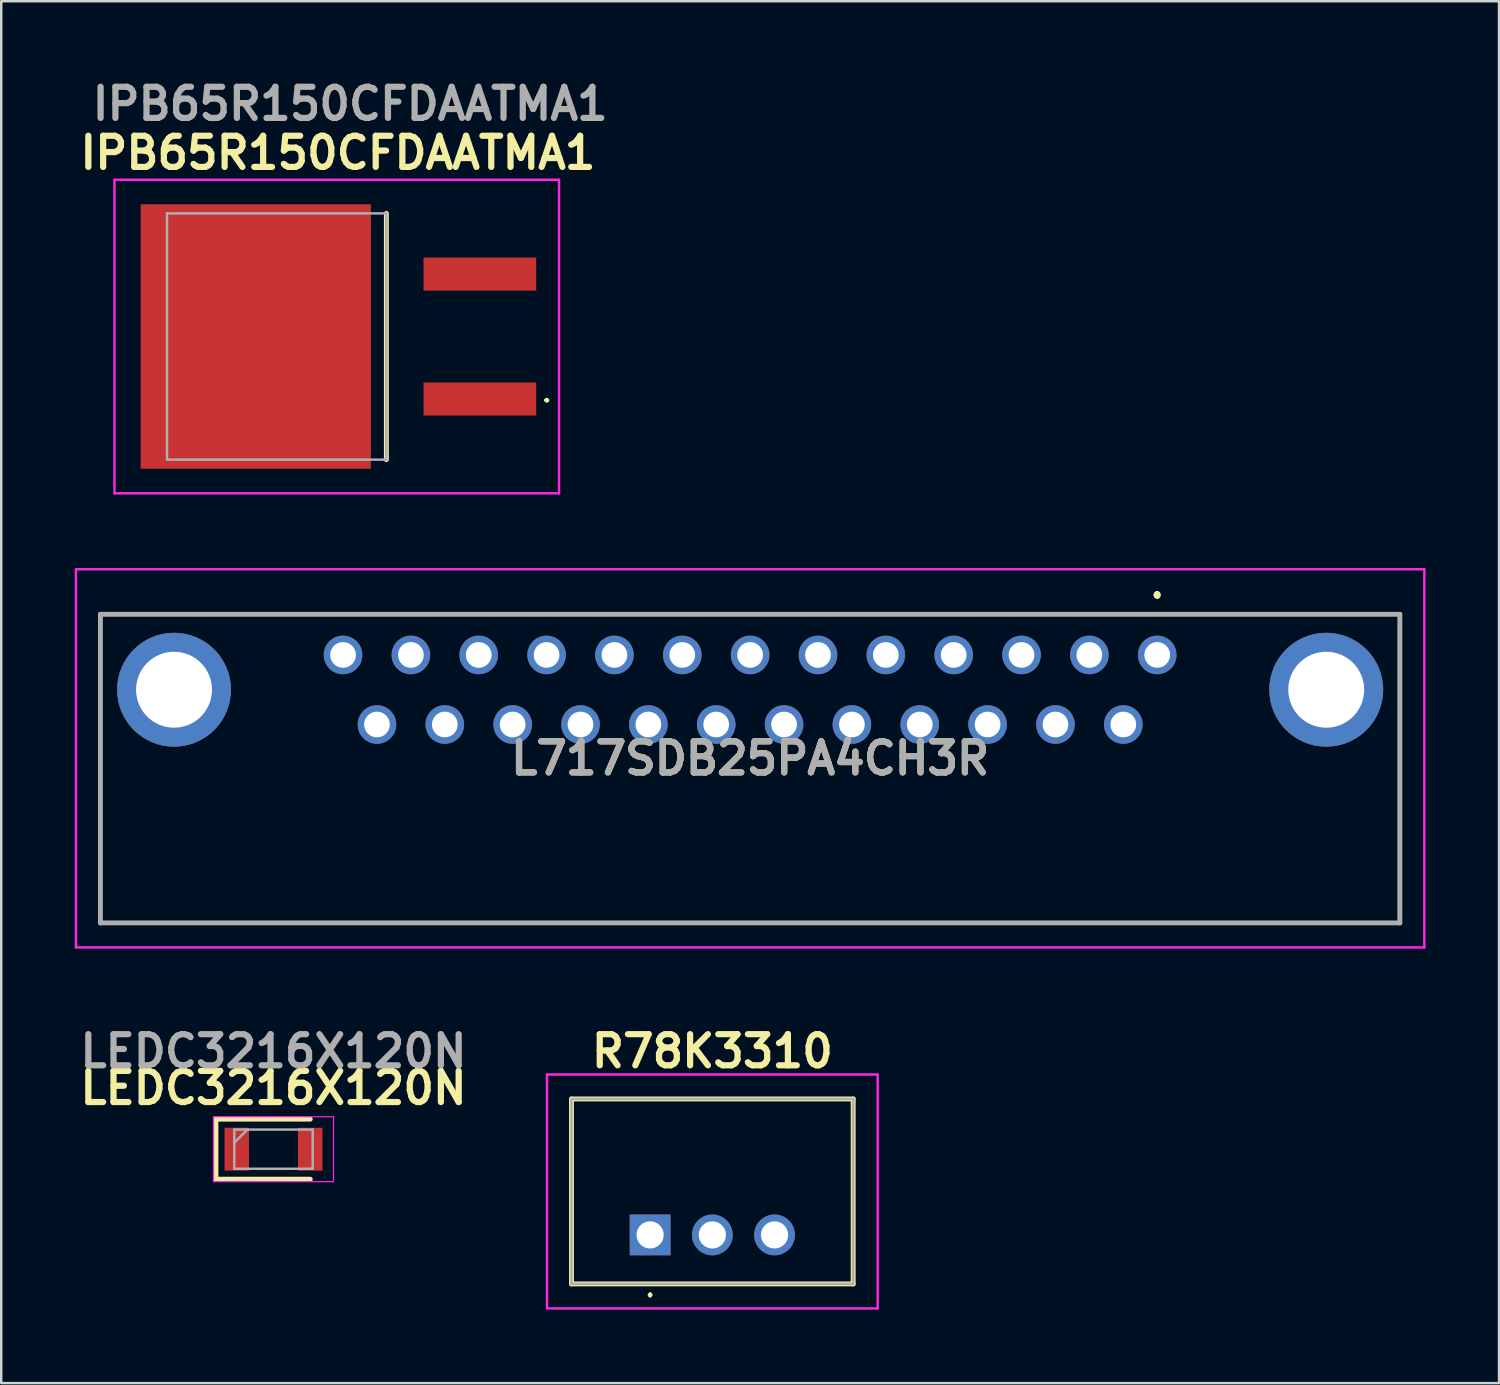
<source format=kicad_pcb>
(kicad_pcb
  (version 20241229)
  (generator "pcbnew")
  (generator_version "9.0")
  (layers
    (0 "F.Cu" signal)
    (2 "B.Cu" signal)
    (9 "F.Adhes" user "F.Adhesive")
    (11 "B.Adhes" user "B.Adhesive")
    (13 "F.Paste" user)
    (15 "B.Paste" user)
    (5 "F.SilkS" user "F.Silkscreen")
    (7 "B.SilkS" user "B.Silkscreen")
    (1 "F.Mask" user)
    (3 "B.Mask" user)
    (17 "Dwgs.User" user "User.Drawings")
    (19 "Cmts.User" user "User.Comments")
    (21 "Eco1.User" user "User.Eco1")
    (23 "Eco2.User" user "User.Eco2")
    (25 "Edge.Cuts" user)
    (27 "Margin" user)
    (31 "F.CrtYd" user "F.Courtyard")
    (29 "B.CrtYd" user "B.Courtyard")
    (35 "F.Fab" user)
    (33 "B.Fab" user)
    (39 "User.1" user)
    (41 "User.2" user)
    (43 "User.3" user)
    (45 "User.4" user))
  (footprint "R78K3310"
    (layer "F.Cu")
    (at 23.492 47.367)
    (property "Reference" "R78K3310" (at 2.54 -7.5 0) (layer "F.SilkS") (effects (font (size 1.27 1.27) (thickness 0.254))))
    (attr through_hole)
    (fp_line (start -3.21 -5.55) (end -3.21 2) (stroke (width 0.2) (type solid)) (layer "F.SilkS"))
    (fp_line (start -3.21 2) (end 8.29 2) (stroke (width 0.2) (type solid)) (layer "F.SilkS"))
    (fp_line (start 0 2.4) (end 0 2.4) (stroke (width 0.1) (type solid)) (layer "F.SilkS"))
    (fp_line (start 0 2.5) (end 0 2.5) (stroke (width 0.1) (type solid)) (layer "F.SilkS"))
    (fp_line (start 8.29 -5.55) (end -3.21 -5.55) (stroke (width 0.2) (type solid)) (layer "F.SilkS"))
    (fp_line (start 8.29 2) (end 8.29 -5.55) (stroke (width 0.2) (type solid)) (layer "F.SilkS"))
    (fp_arc (start 0 2.4) (mid 0.05 2.45) (end 0 2.5) (stroke (width 0.1) (type solid)) (layer "F.SilkS"))
    (fp_arc (start 0 2.5) (mid -0.05 2.45) (end 0 2.4) (stroke (width 0.1) (type solid)) (layer "F.SilkS"))
    (fp_line (start -4.21 -6.55) (end 9.29 -6.55) (stroke (width 0.1) (type solid)) (layer "F.CrtYd"))
    (fp_line (start -4.21 3) (end -4.21 -6.55) (stroke (width 0.1) (type solid)) (layer "F.CrtYd"))
    (fp_line (start 9.29 -6.55) (end 9.29 3) (stroke (width 0.1) (type solid)) (layer "F.CrtYd"))
    (fp_line (start 9.29 3) (end -4.21 3) (stroke (width 0.1) (type solid)) (layer "F.CrtYd"))
    (fp_line (start -3.21 -5.55) (end -3.21 2) (stroke (width 0.1) (type solid)) (layer "F.Fab"))
    (fp_line (start -3.21 2) (end 8.29 2) (stroke (width 0.1) (type solid)) (layer "F.Fab"))
    (fp_line (start 8.29 -5.55) (end -3.21 -5.55) (stroke (width 0.1) (type solid)) (layer "F.Fab"))
    (fp_line (start 8.29 2) (end 8.29 -5.55) (stroke (width 0.1) (type solid)) (layer "F.Fab"))
    (pad "1" thru_hole rect (at 0 0) (size 1.665 1.665) (drill 1.11) (layers "*.Cu" "*.Mask"))
    (pad "2" thru_hole circle (at 2.54 0) (size 1.665 1.665) (drill 1.11) (layers "*.Cu" "*.Mask"))
    (pad "3" thru_hole circle (at 5.08 0) (size 1.665 1.665) (drill 1.11) (layers "*.Cu" "*.Mask")))
  (footprint "L717SDB25PA4CH3R"
    (layer "F.Cu")
    (at 44.195 23.689)
    (property "Reference" "L717SDB25PA4CH3R" (at -16.62 4.22 0) (layer "F.SilkS") (effects (font (size 1.27 1.27) (thickness 0.254))))
    (attr through_hole)
    (fp_line (start -43.145 -1.66) (end 9.905 -1.66) (stroke (width 0.1) (type solid)) (layer "F.SilkS"))
    (fp_line (start -43.145 10.94) (end -43.145 -1.66) (stroke (width 0.1) (type solid)) (layer "F.SilkS"))
    (fp_line (start 0 -2.5) (end 0 -2.5) (stroke (width 0.2) (type solid)) (layer "F.SilkS"))
    (fp_line (start 0 -2.5) (end 0 -2.5) (stroke (width 0.2) (type solid)) (layer "F.SilkS"))
    (fp_line (start 0 -2.4) (end 0 -2.4) (stroke (width 0.2) (type solid)) (layer "F.SilkS"))
    (fp_line (start 9.905 -1.66) (end 9.905 10.94) (stroke (width 0.1) (type solid)) (layer "F.SilkS"))
    (fp_line (start 9.905 10.94) (end -43.145 10.94) (stroke (width 0.1) (type solid)) (layer "F.SilkS"))
    (fp_arc (start 0 -2.5) (mid 0.05 -2.45) (end 0 -2.4) (stroke (width 0.2) (type solid)) (layer "F.SilkS"))
    (fp_arc (start 0 -2.4) (mid -0.05 -2.45) (end 0 -2.5) (stroke (width 0.2) (type solid)) (layer "F.SilkS"))
    (fp_arc (start 0 -2.4) (mid -0.05 -2.45) (end 0 -2.5) (stroke (width 0.2) (type solid)) (layer "F.SilkS"))
    (fp_line (start -44.145 -3.5) (end 10.905 -3.5) (stroke (width 0.1) (type solid)) (layer "F.CrtYd"))
    (fp_line (start -44.145 11.94) (end -44.145 -3.5) (stroke (width 0.1) (type solid)) (layer "F.CrtYd"))
    (fp_line (start 10.905 -3.5) (end 10.905 11.94) (stroke (width 0.1) (type solid)) (layer "F.CrtYd"))
    (fp_line (start 10.905 11.94) (end -44.145 11.94) (stroke (width 0.1) (type solid)) (layer "F.CrtYd"))
    (fp_line (start -43.145 -1.66) (end 9.905 -1.66) (stroke (width 0.2) (type solid)) (layer "F.Fab"))
    (fp_line (start -43.145 10.94) (end -43.145 -1.66) (stroke (width 0.2) (type solid)) (layer "F.Fab"))
    (fp_line (start 9.905 -1.66) (end 9.905 10.94) (stroke (width 0.2) (type solid)) (layer "F.Fab"))
    (fp_line (start 9.905 10.94) (end -43.145 10.94) (stroke (width 0.2) (type solid)) (layer "F.Fab"))
    (fp_text user "${REFERENCE}" (at -16.62 4.22 0) (layer "F.Fab") (effects (font (size 1.27 1.27) (thickness 0.254))))
    (pad "1" thru_hole circle (at 0 0) (size 1.575 1.575) (drill 1.05) (layers "*.Cu" "*.Mask"))
    (pad "2" thru_hole circle (at -2.77 0) (size 1.575 1.575) (drill 1.05) (layers "*.Cu" "*.Mask"))
    (pad "3" thru_hole circle (at -5.54 0) (size 1.575 1.575) (drill 1.05) (layers "*.Cu" "*.Mask"))
    (pad "4" thru_hole circle (at -8.31 0) (size 1.575 1.575) (drill 1.05) (layers "*.Cu" "*.Mask"))
    (pad "5" thru_hole circle (at -11.08 0) (size 1.575 1.575) (drill 1.05) (layers "*.Cu" "*.Mask"))
    (pad "6" thru_hole circle (at -13.85 0) (size 1.575 1.575) (drill 1.05) (layers "*.Cu" "*.Mask"))
    (pad "7" thru_hole circle (at -16.62 0) (size 1.575 1.575) (drill 1.05) (layers "*.Cu" "*.Mask"))
    (pad "8" thru_hole circle (at -19.39 0) (size 1.575 1.575) (drill 1.05) (layers "*.Cu" "*.Mask"))
    (pad "9" thru_hole circle (at -22.16 0) (size 1.575 1.575) (drill 1.05) (layers "*.Cu" "*.Mask"))
    (pad "10" thru_hole circle (at -24.93 0) (size 1.575 1.575) (drill 1.05) (layers "*.Cu" "*.Mask"))
    (pad "11" thru_hole circle (at -27.7 0) (size 1.575 1.575) (drill 1.05) (layers "*.Cu" "*.Mask"))
    (pad "12" thru_hole circle (at -30.47 0) (size 1.575 1.575) (drill 1.05) (layers "*.Cu" "*.Mask"))
    (pad "13" thru_hole circle (at -33.24 0) (size 1.575 1.575) (drill 1.05) (layers "*.Cu" "*.Mask"))
    (pad "14" thru_hole circle (at -31.855 2.84) (size 1.575 1.575) (drill 1.05) (layers "*.Cu" "*.Mask"))
    (pad "15" thru_hole circle (at -29.085 2.84) (size 1.575 1.575) (drill 1.05) (layers "*.Cu" "*.Mask"))
    (pad "16" thru_hole circle (at -26.315 2.84) (size 1.575 1.575) (drill 1.05) (layers "*.Cu" "*.Mask"))
    (pad "17" thru_hole circle (at -23.545 2.84) (size 1.575 1.575) (drill 1.05) (layers "*.Cu" "*.Mask"))
    (pad "18" thru_hole circle (at -20.775 2.84) (size 1.575 1.575) (drill 1.05) (layers "*.Cu" "*.Mask"))
    (pad "19" thru_hole circle (at -18.005 2.84) (size 1.575 1.575) (drill 1.05) (layers "*.Cu" "*.Mask"))
    (pad "20" thru_hole circle (at -15.235 2.84) (size 1.575 1.575) (drill 1.05) (layers "*.Cu" "*.Mask"))
    (pad "21" thru_hole circle (at -12.465 2.84) (size 1.575 1.575) (drill 1.05) (layers "*.Cu" "*.Mask"))
    (pad "22" thru_hole circle (at -9.695 2.84) (size 1.575 1.575) (drill 1.05) (layers "*.Cu" "*.Mask"))
    (pad "23" thru_hole circle (at -6.925 2.84) (size 1.575 1.575) (drill 1.05) (layers "*.Cu" "*.Mask"))
    (pad "24" thru_hole circle (at -4.155 2.84) (size 1.575 1.575) (drill 1.05) (layers "*.Cu" "*.Mask"))
    (pad "25" thru_hole circle (at -1.385 2.84) (size 1.575 1.575) (drill 1.05) (layers "*.Cu" "*.Mask"))
    (pad "MH1" thru_hole circle (at 6.9 1.42) (size 4.65 4.65) (drill 3.1) (layers "*.Cu" "*.Mask"))
    (pad "MH2" thru_hole circle (at -40.14 1.42) (size 4.65 4.65) (drill 3.1) (layers "*.Cu" "*.Mask")))
  (footprint "LEDC3216X120N"
    (layer "F.Cu")
    (at 8.116 43.867)
    (property "Reference" "LEDC3216X120N" (at 0 -2.5 0) (layer "F.SilkS") (effects (font (size 1.27 1.27) (thickness 0.254))))
    (attr smd)
    (fp_line (start -2.35 -1.225) (end -2.35 1.225) (stroke (width 0.2) (type solid)) (layer "F.SilkS"))
    (fp_line (start -2.35 1.225) (end 1.5 1.225) (stroke (width 0.2) (type solid)) (layer "F.SilkS"))
    (fp_line (start 1.5 -1.225) (end -2.35 -1.225) (stroke (width 0.2) (type solid)) (layer "F.SilkS"))
    (fp_line (start -2.45 -1.325) (end 2.45 -1.325) (stroke (width 0.05) (type solid)) (layer "F.CrtYd"))
    (fp_line (start -2.45 1.325) (end -2.45 -1.325) (stroke (width 0.05) (type solid)) (layer "F.CrtYd"))
    (fp_line (start 2.45 -1.325) (end 2.45 1.325) (stroke (width 0.05) (type solid)) (layer "F.CrtYd"))
    (fp_line (start 2.45 1.325) (end -2.45 1.325) (stroke (width 0.05) (type solid)) (layer "F.CrtYd"))
    (fp_line (start -1.6 -0.8) (end 1.6 -0.8) (stroke (width 0.1) (type solid)) (layer "F.Fab"))
    (fp_line (start -1.6 -0.267) (end -1.067 -0.8) (stroke (width 0.1) (type solid)) (layer "F.Fab"))
    (fp_line (start -1.6 0.8) (end -1.6 -0.8) (stroke (width 0.1) (type solid)) (layer "F.Fab"))
    (fp_line (start 1.6 -0.8) (end 1.6 0.8) (stroke (width 0.1) (type solid)) (layer "F.Fab"))
    (fp_line (start 1.6 0.8) (end -1.6 0.8) (stroke (width 0.1) (type solid)) (layer "F.Fab"))
    (fp_text user "${REFERENCE}" (at 0 -4 0) (layer "F.Fab") (effects (font (size 1.27 1.27) (thickness 0.254))))
    (pad "1" smd rect (at -1.5 0) (size 1 1.75) (layers "F.Cu" "F.Mask" "F.Paste"))
    (pad "2" smd rect (at 1.5 0) (size 1 1.75) (layers "F.Cu" "F.Mask" "F.Paste")))
  (footprint "IPB65R150CFDAATMA1"
    (layer "F.Cu")
    (at 8.247 10.689)
    (property "Reference" "IPB65R150CFDAATMA1" (at 2.5 -7.5 0) (layer "F.SilkS") (effects (font (size 1.27 1.27) (thickness 0.254))))
    (attr smd)
    (fp_line (start 4.477 -5.027) (end 4.477 5.027) (stroke (width 0.2) (type solid)) (layer "F.SilkS"))
    (fp_line (start 10.974 2.6) (end 10.974 2.6) (stroke (width 0.1) (type solid)) (layer "F.SilkS"))
    (fp_line (start 11.074 2.6) (end 11.074 2.6) (stroke (width 0.1) (type solid)) (layer "F.SilkS"))
    (fp_arc (start 10.974 2.6) (mid 11.024 2.55) (end 11.074 2.6) (stroke (width 0.1) (type solid)) (layer "F.SilkS"))
    (fp_arc (start 11.074 2.6) (mid 11.024 2.65) (end 10.974 2.6) (stroke (width 0.1) (type solid)) (layer "F.SilkS"))
    (fp_line (start -6.624 -6.4) (end 11.526 -6.4) (stroke (width 0.1) (type solid)) (layer "F.CrtYd"))
    (fp_line (start -6.624 6.4) (end -6.624 -6.4) (stroke (width 0.1) (type solid)) (layer "F.CrtYd"))
    (fp_line (start 11.526 -6.4) (end 11.526 6.4) (stroke (width 0.1) (type solid)) (layer "F.CrtYd"))
    (fp_line (start 11.526 6.4) (end -6.624 6.4) (stroke (width 0.1) (type solid)) (layer "F.CrtYd"))
    (fp_line (start -4.478 -5.027) (end 4.477 -5.027) (stroke (width 0.1) (type solid)) (layer "F.Fab"))
    (fp_line (start -4.478 5.027) (end -4.478 -5.027) (stroke (width 0.1) (type solid)) (layer "F.Fab"))
    (fp_line (start 4.477 -5.027) (end 4.477 5.027) (stroke (width 0.1) (type solid)) (layer "F.Fab"))
    (fp_line (start 4.477 5.027) (end -4.478 5.027) (stroke (width 0.1) (type solid)) (layer "F.Fab"))
    (fp_text user "${REFERENCE}" (at 3 -9.5 0) (layer "F.Fab") (effects (font (size 1.27 1.27) (thickness 0.254))))
    (pad "1" smd rect (at 8.294 2.55 90) (size 1.35 4.6) (layers "F.Cu" "F.Mask" "F.Paste"))
    (pad "2" smd rect (at -0.856 0) (size 9.4 10.8) (layers "F.Cu" "F.Mask" "F.Paste"))
    (pad "3" smd rect (at 8.294 -2.55 90) (size 1.35 4.6) (layers "F.Cu" "F.Mask" "F.Paste")))
  (gr_rect
    (start -3 -3)
    (end 58.15 53.417)
    (stroke (width 0.1) (type default))
    (fill no)
    (layer "Edge.Cuts")))
</source>
